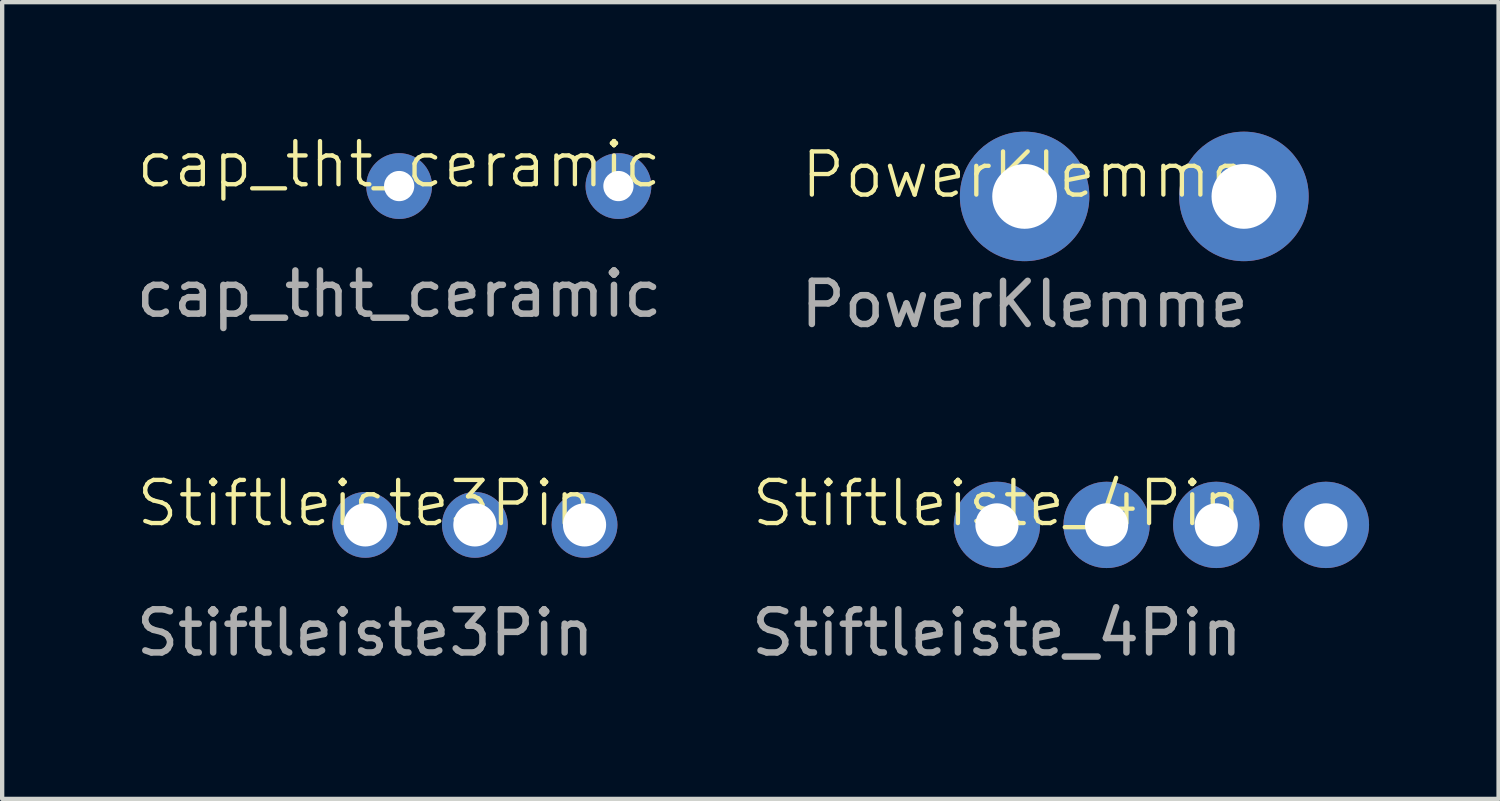
<source format=kicad_pcb>
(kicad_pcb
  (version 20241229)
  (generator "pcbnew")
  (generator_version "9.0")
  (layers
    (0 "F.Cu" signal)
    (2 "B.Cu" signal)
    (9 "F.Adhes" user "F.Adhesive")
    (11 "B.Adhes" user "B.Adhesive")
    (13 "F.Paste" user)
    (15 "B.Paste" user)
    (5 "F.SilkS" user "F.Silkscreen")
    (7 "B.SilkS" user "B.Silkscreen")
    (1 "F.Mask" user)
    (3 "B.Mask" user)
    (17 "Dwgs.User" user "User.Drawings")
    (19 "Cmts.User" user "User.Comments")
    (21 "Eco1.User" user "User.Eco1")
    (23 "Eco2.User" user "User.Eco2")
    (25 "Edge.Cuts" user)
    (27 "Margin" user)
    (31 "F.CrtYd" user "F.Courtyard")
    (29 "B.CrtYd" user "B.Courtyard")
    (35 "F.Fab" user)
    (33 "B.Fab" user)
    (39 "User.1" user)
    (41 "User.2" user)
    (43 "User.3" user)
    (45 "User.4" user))
  (footprint "cap_tht_ceramic"
    (layer "F.Cu")
    (at 6.196 1.26)
    (property "Reference" "cap_tht_ceramic" (at 0 -0.5 0) (unlocked yes) (layer "F.SilkS") (effects (font (size 1 1) (thickness 0.1))))
    (attr through_hole)
    (fp_text user "${REFERENCE}" (at 0 2.5 0) (unlocked yes) (layer "F.Fab") (effects (font (size 1 1) (thickness 0.15))))
    (pad "1" thru_hole circle (at 0 0) (size 1.524 1.524) (drill 0.7) (layers "*.Cu" "*.Mask"))
    (pad "2" thru_hole circle (at 5.08 0) (size 1.524 1.524) (drill 0.7) (layers "*.Cu" "*.Mask")))
  (footprint "Stiftleiste_4Pin"
    (layer "F.Cu")
    (at 20.044 9.109)
    (property "Reference" "Stiftleiste_4Pin" (at 0 -0.5 0) (unlocked yes) (layer "F.SilkS") (effects (font (size 1 1) (thickness 0.1))))
    (attr through_hole)
    (fp_text user "${REFERENCE}" (at 0 2.5 0) (unlocked yes) (layer "F.Fab") (effects (font (size 1 1) (thickness 0.15))))
    (pad "1" thru_hole circle (at 0 0) (size 2 2) (drill 1) (layers "*.Cu" "*.Mask"))
    (pad "2" thru_hole circle (at 2.54 0) (size 2 2) (drill 1) (layers "*.Cu" "*.Mask"))
    (pad "3" thru_hole circle (at 5.08 0) (size 2 2) (drill 1) (layers "*.Cu" "*.Mask"))
    (pad "4" thru_hole circle (at 7.62 0) (size 2 2) (drill 1) (layers "*.Cu" "*.Mask")))
  (footprint "Stiftleiste3Pin"
    (layer "F.Cu")
    (at 5.411 9.109)
    (property "Reference" "Stiftleiste3Pin" (at 0 -0.5 0) (unlocked yes) (layer "F.SilkS") (effects (font (size 1 1) (thickness 0.1))))
    (attr through_hole)
    (fp_text user "${REFERENCE}" (at 0 2.5 0) (unlocked yes) (layer "F.Fab") (effects (font (size 1 1) (thickness 0.15))))
    (pad "1" thru_hole circle (at 0 0) (size 1.524 1.524) (drill 1) (layers "*.Cu" "*.Mask"))
    (pad "2" thru_hole circle (at 2.54 0) (size 1.524 1.524) (drill 1) (layers "*.Cu" "*.Mask"))
    (pad "3" thru_hole circle (at 5.08 0) (size 1.524 1.524) (drill 1) (layers "*.Cu" "*.Mask")))
  (footprint "PowerKlemme"
    (layer "F.Cu")
    (at 20.685 1.5)
    (property "Reference" "PowerKlemme" (at 0 -0.5 0) (unlocked yes) (layer "F.SilkS") (effects (font (size 1 1) (thickness 0.1))))
    (attr through_hole)
    (fp_text user "${REFERENCE}" (at 0 2.5 0) (unlocked yes) (layer "F.Fab") (effects (font (size 1 1) (thickness 0.15))))
    (pad "1" thru_hole circle (at 0 0) (size 3 3) (drill 1.5) (layers "*.Cu" "*.Mask"))
    (pad "2" thru_hole circle (at 5.08 0) (size 3 3) (drill 1.5) (layers "*.Cu" "*.Mask")))
  (gr_rect
    (start -3 -3)
    (end 31.664 15.457)
    (stroke (width 0.1) (type default))
    (fill no)
    (layer "Edge.Cuts")))
</source>
